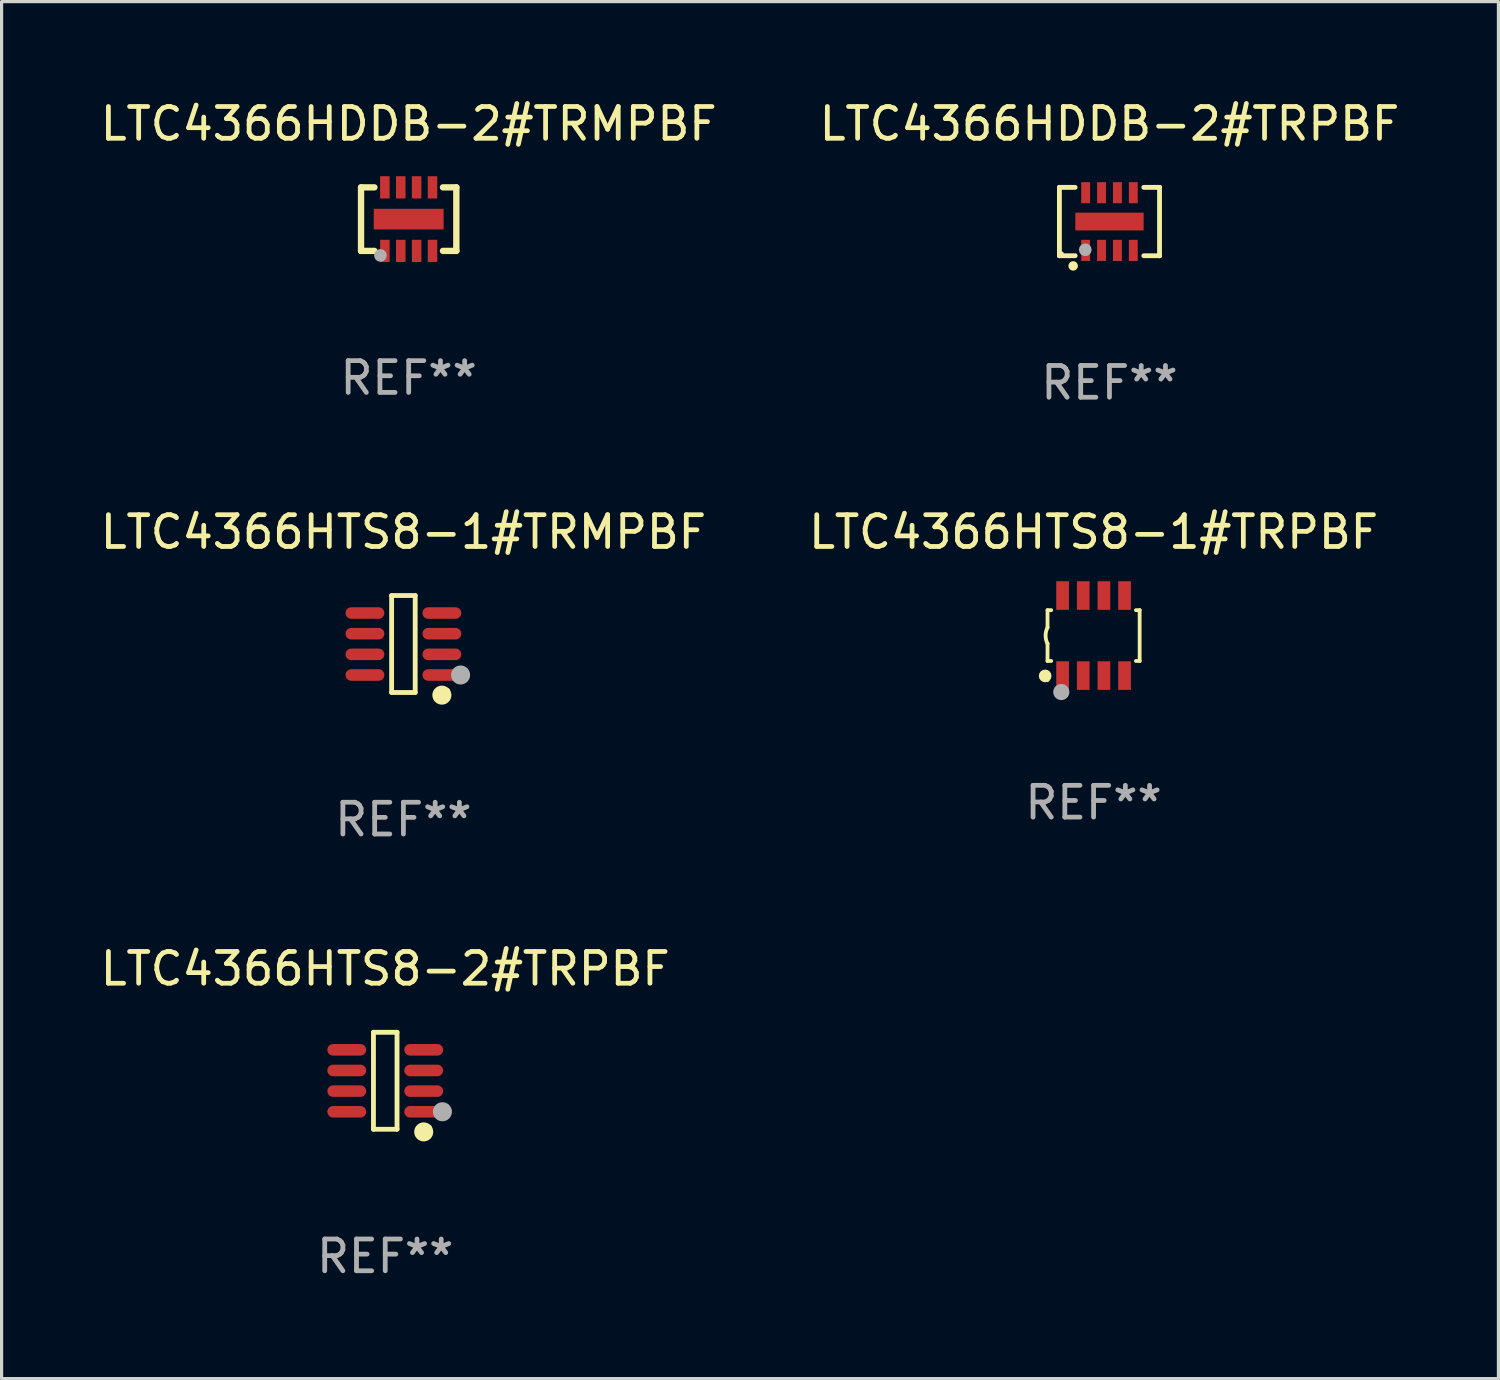
<source format=kicad_pcb>
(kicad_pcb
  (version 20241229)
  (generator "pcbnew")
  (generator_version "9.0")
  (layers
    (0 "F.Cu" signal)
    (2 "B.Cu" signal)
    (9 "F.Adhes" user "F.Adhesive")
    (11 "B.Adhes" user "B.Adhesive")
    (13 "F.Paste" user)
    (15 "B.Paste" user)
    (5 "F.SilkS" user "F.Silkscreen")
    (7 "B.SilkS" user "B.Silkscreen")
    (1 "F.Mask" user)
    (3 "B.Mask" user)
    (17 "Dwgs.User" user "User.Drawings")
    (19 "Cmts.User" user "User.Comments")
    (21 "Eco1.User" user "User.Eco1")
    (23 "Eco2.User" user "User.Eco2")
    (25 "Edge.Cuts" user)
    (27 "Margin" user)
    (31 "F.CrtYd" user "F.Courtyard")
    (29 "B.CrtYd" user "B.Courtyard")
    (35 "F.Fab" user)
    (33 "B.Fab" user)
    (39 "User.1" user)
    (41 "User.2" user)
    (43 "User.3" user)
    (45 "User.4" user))
  (footprint "LTC4366HDDB-2#TRPBF"
    (layer "F.Cu")
    (at 31.875 3.924)
    (property "Reference" "LTC4366HDDB-2#TRPBF" (at 0 -3.076 0) (layer "F.SilkS") (effects (font (size 1 1) (thickness 0.15))))
    (attr through_hole)
    (fp_line (start -1.576 -1.076) (end -1.576 -1.076) (stroke (width 0.152) (type solid)) (layer "F.SilkS"))
    (fp_line (start -1.576 -1.076) (end -1.08 -1.076) (stroke (width 0.152) (type solid)) (layer "F.SilkS"))
    (fp_line (start -1.576 1.076) (end -1.576 -1.076) (stroke (width 0.152) (type solid)) (layer "F.SilkS"))
    (fp_line (start -1.576 1.076) (end -1.576 1.076) (stroke (width 0.152) (type solid)) (layer "F.SilkS"))
    (fp_line (start -1.08 1.076) (end -1.576 1.076) (stroke (width 0.152) (type solid)) (layer "F.SilkS"))
    (fp_line (start 1.08 1.076) (end 1.576 1.076) (stroke (width 0.152) (type solid)) (layer "F.SilkS"))
    (fp_line (start 1.576 -1.076) (end 1.08 -1.076) (stroke (width 0.152) (type solid)) (layer "F.SilkS"))
    (fp_line (start 1.576 -1.076) (end 1.576 -1.076) (stroke (width 0.152) (type solid)) (layer "F.SilkS"))
    (fp_line (start 1.576 1.076) (end 1.576 -1.076) (stroke (width 0.152) (type solid)) (layer "F.SilkS"))
    (fp_line (start 1.576 1.076) (end 1.576 1.076) (stroke (width 0.152) (type solid)) (layer "F.SilkS"))
    (fp_circle (center -1.5 1) (end -1.47 1) (stroke (width 0.06) (type solid)) (fill no) (layer "F.SilkS"))
    (fp_circle (center -1.143 1.397) (end -1.068 1.397) (stroke (width 0.15) (type solid)) (fill no) (layer "F.SilkS"))
    (fp_circle (center -0.762 0.889) (end -0.662 0.889) (stroke (width 0.2) (type solid)) (fill no) (layer "F.Fab"))
    (fp_text user "REF**" (at 0 5.076 0) (layer "F.Fab") (effects (font (size 1 1) (thickness 0.15))))
    (pad "1" smd rect (at -0.75 0.908) (size 0.28 0.665) (layers "F.Cu" "F.Mask" "F.Paste"))
    (pad "2" smd rect (at -0.25 0.908) (size 0.28 0.665) (layers "F.Cu" "F.Mask" "F.Paste"))
    (pad "3" smd rect (at 0.25 0.908) (size 0.28 0.665) (layers "F.Cu" "F.Mask" "F.Paste"))
    (pad "4" smd rect (at 0.75 0.908) (size 0.28 0.665) (layers "F.Cu" "F.Mask" "F.Paste"))
    (pad "5" smd rect (at 0.75 -0.908) (size 0.28 0.665) (layers "F.Cu" "F.Mask" "F.Paste"))
    (pad "6" smd rect (at 0.25 -0.908) (size 0.28 0.665) (layers "F.Cu" "F.Mask" "F.Paste"))
    (pad "7" smd rect (at -0.25 -0.908) (size 0.28 0.665) (layers "F.Cu" "F.Mask" "F.Paste"))
    (pad "8" smd rect (at -0.75 -0.908) (size 0.28 0.665) (layers "F.Cu" "F.Mask" "F.Paste"))
    (pad "9" smd rect (at 0 0) (size 2.15 0.56) (layers "F.Cu" "F.Mask" "F.Paste")))
  (footprint "LTC4366HTS8-1#TRMPBF"
    (layer "F.Cu")
    (at 9.649 17.223)
    (property "Reference" "LTC4366HTS8-1#TRMPBF" (at 0 -3.526 0) (layer "F.SilkS") (effects (font (size 1 1) (thickness 0.15))))
    (attr through_hole)
    (fp_line (start -0.371 -1.526) (end 0.371 -1.526) (stroke (width 0.152) (type solid)) (layer "F.SilkS"))
    (fp_line (start -0.371 1.526) (end -0.371 -1.526) (stroke (width 0.152) (type solid)) (layer "F.SilkS"))
    (fp_line (start 0.371 -1.526) (end 0.371 1.526) (stroke (width 0.152) (type solid)) (layer "F.SilkS"))
    (fp_line (start 0.371 1.526) (end -0.371 1.526) (stroke (width 0.152) (type solid)) (layer "F.SilkS"))
    (fp_circle (center 1.211 1.609) (end 1.361 1.609) (stroke (width 0.3) (type solid)) (fill no) (layer "F.SilkS"))
    (fp_circle (center 1.4 1.45) (end 1.43 1.45) (stroke (width 0.06) (type solid)) (fill no) (layer "F.SilkS"))
    (fp_circle (center 1.8 0.975) (end 1.95 0.975) (stroke (width 0.3) (type solid)) (fill no) (layer "F.Fab"))
    (fp_text user "REF**" (at 0 5.526 0) (layer "F.Fab") (effects (font (size 1 1) (thickness 0.15))))
    (pad "1" smd oval (at 1.211 0.975) (size 1.222 0.364) (layers "F.Cu" "F.Mask" "F.Paste"))
    (pad "2" smd oval (at 1.211 0.325) (size 1.222 0.364) (layers "F.Cu" "F.Mask" "F.Paste"))
    (pad "3" smd oval (at 1.211 -0.325) (size 1.222 0.364) (layers "F.Cu" "F.Mask" "F.Paste"))
    (pad "4" smd oval (at 1.211 -0.975) (size 1.222 0.364) (layers "F.Cu" "F.Mask" "F.Paste"))
    (pad "5" smd oval (at -1.211 -0.975) (size 1.222 0.364) (layers "F.Cu" "F.Mask" "F.Paste"))
    (pad "6" smd oval (at -1.211 -0.325) (size 1.222 0.364) (layers "F.Cu" "F.Mask" "F.Paste"))
    (pad "7" smd oval (at -1.211 0.325) (size 1.222 0.364) (layers "F.Cu" "F.Mask" "F.Paste"))
    (pad "8" smd oval (at -1.211 0.975) (size 1.222 0.364) (layers "F.Cu" "F.Mask" "F.Paste")))
  (footprint "LTC4366HDDB-2#TRMPBF"
    (layer "F.Cu")
    (at 9.815 3.848)
    (property "Reference" "LTC4366HDDB-2#TRMPBF" (at 0 -3 0) (layer "F.SilkS") (effects (font (size 1 1) (thickness 0.15))))
    (attr through_hole)
    (fp_line (start -1.5 1) (end -1.5 -1) (stroke (width 0.2) (type solid)) (layer "F.SilkS"))
    (fp_line (start -1.5 1) (end -1.079 1) (stroke (width 0.2) (type solid)) (layer "F.SilkS"))
    (fp_line (start -1.079 -1) (end -1.5 -1) (stroke (width 0.2) (type solid)) (layer "F.SilkS"))
    (fp_line (start 1.079 1) (end 1.5 1) (stroke (width 0.2) (type solid)) (layer "F.SilkS"))
    (fp_line (start 1.5 -1) (end 1.079 -1) (stroke (width 0.2) (type solid)) (layer "F.SilkS"))
    (fp_line (start 1.5 1) (end 1.5 -1) (stroke (width 0.2) (type solid)) (layer "F.SilkS"))
    (fp_circle (center -1.5 1) (end -1.47 1) (stroke (width 0.06) (type solid)) (fill no) (layer "F.SilkS"))
    (fp_circle (center -0.889 1.143) (end -0.789 1.143) (stroke (width 0.2) (type solid)) (fill no) (layer "F.Fab"))
    (fp_text user "REF**" (at 0 5 0) (layer "F.Fab") (effects (font (size 1 1) (thickness 0.15))))
    (pad "1" smd rect (at -0.75 1 90) (size 0.7 0.3) (layers "F.Cu" "F.Mask" "F.Paste"))
    (pad "2" smd rect (at -0.249 1 90) (size 0.7 0.3) (layers "F.Cu" "F.Mask" "F.Paste"))
    (pad "3" smd rect (at 0.25 1 90) (size 0.7 0.3) (layers "F.Cu" "F.Mask" "F.Paste"))
    (pad "4" smd rect (at 0.75 1 90) (size 0.7 0.3) (layers "F.Cu" "F.Mask" "F.Paste"))
    (pad "5" smd rect (at 0.75 -1 90) (size 0.7 0.3) (layers "F.Cu" "F.Mask" "F.Paste"))
    (pad "6" smd rect (at 0.25 -1 90) (size 0.7 0.3) (layers "F.Cu" "F.Mask" "F.Paste"))
    (pad "7" smd rect (at -0.25 -1 90) (size 0.7 0.3) (layers "F.Cu" "F.Mask" "F.Paste"))
    (pad "8" smd rect (at -0.75 -1 90) (size 0.7 0.3) (layers "F.Cu" "F.Mask" "F.Paste"))
    (pad "9" smd rect (at 0 0 180) (size 2.2 0.65) (layers "F.Cu" "F.Mask" "F.Paste")))
  (footprint "LTC4366HTS8-2#TRPBF"
    (layer "F.Cu")
    (at 9.077 30.972)
    (property "Reference" "LTC4366HTS8-2#TRPBF" (at 0 -3.526 0) (layer "F.SilkS") (effects (font (size 1 1) (thickness 0.15))))
    (attr through_hole)
    (fp_line (start -0.371 -1.526) (end 0.371 -1.526) (stroke (width 0.152) (type solid)) (layer "F.SilkS"))
    (fp_line (start -0.371 1.526) (end -0.371 -1.526) (stroke (width 0.152) (type solid)) (layer "F.SilkS"))
    (fp_line (start 0.371 -1.526) (end 0.371 1.526) (stroke (width 0.152) (type solid)) (layer "F.SilkS"))
    (fp_line (start 0.371 1.526) (end -0.371 1.526) (stroke (width 0.152) (type solid)) (layer "F.SilkS"))
    (fp_circle (center 1.211 1.609) (end 1.361 1.609) (stroke (width 0.3) (type solid)) (fill no) (layer "F.SilkS"))
    (fp_circle (center 1.4 1.45) (end 1.43 1.45) (stroke (width 0.06) (type solid)) (fill no) (layer "F.SilkS"))
    (fp_circle (center 1.8 0.975) (end 1.95 0.975) (stroke (width 0.3) (type solid)) (fill no) (layer "F.Fab"))
    (fp_text user "REF**" (at 0 5.526 0) (layer "F.Fab") (effects (font (size 1 1) (thickness 0.15))))
    (pad "1" smd oval (at 1.211 0.975) (size 1.222 0.364) (layers "F.Cu" "F.Mask" "F.Paste"))
    (pad "2" smd oval (at 1.211 0.325) (size 1.222 0.364) (layers "F.Cu" "F.Mask" "F.Paste"))
    (pad "3" smd oval (at 1.211 -0.325) (size 1.222 0.364) (layers "F.Cu" "F.Mask" "F.Paste"))
    (pad "4" smd oval (at 1.211 -0.975) (size 1.222 0.364) (layers "F.Cu" "F.Mask" "F.Paste"))
    (pad "5" smd oval (at -1.211 -0.975) (size 1.222 0.364) (layers "F.Cu" "F.Mask" "F.Paste"))
    (pad "6" smd oval (at -1.211 -0.325) (size 1.222 0.364) (layers "F.Cu" "F.Mask" "F.Paste"))
    (pad "7" smd oval (at -1.211 0.325) (size 1.222 0.364) (layers "F.Cu" "F.Mask" "F.Paste"))
    (pad "8" smd oval (at -1.211 0.975) (size 1.222 0.364) (layers "F.Cu" "F.Mask" "F.Paste")))
  (footprint "LTC4366HTS8-1#TRPBF"
    (layer "F.Cu")
    (at 31.375 16.957)
    (property "Reference" "LTC4366HTS8-1#TRPBF" (at 0 -3.26 0) (layer "F.SilkS") (effects (font (size 1 1) (thickness 0.15))))
    (attr through_hole)
    (fp_line (start -1.45 -0.8) (end -1.45 -0.254) (stroke (width 0.12) (type solid)) (layer "F.SilkS"))
    (fp_line (start -1.45 -0.8) (end -1.334 -0.8) (stroke (width 0.12) (type solid)) (layer "F.SilkS"))
    (fp_line (start -1.45 0.8) (end -1.45 0.254) (stroke (width 0.12) (type solid)) (layer "F.SilkS"))
    (fp_line (start -1.45 0.8) (end -1.334 0.8) (stroke (width 0.12) (type solid)) (layer "F.SilkS"))
    (fp_line (start 1.334 -0.8) (end 1.45 -0.8) (stroke (width 0.12) (type solid)) (layer "F.SilkS"))
    (fp_line (start 1.334 0.8) (end 1.45 0.8) (stroke (width 0.12) (type solid)) (layer "F.SilkS"))
    (fp_line (start 1.45 0.8) (end 1.45 -0.8) (stroke (width 0.12) (type solid)) (layer "F.SilkS"))
    (fp_arc (start -1.45075 0.255144) (mid -1.510605 0.000434) (end -1.450013 -0.254102) (stroke (width 0.11999) (type solid)) (layer "F.SilkS"))
    (fp_circle (center -1.524 1.27) (end -1.424 1.27) (stroke (width 0.2) (type solid)) (fill no) (layer "F.SilkS"))
    (fp_circle (center -1.45 1.4) (end -1.42 1.4) (stroke (width 0.06) (type solid)) (fill no) (layer "F.SilkS"))
    (fp_circle (center -1.016 1.778) (end -0.889 1.778) (stroke (width 0.254) (type solid)) (fill no) (layer "F.Fab"))
    (fp_text user "REF**" (at 0 5.26 0) (layer "F.Fab") (effects (font (size 1 1) (thickness 0.15))))
    (pad "1" smd rect (at -0.975 1.26) (size 0.4 0.9) (layers "F.Cu" "F.Mask" "F.Paste"))
    (pad "2" smd rect (at -0.325 1.26) (size 0.4 0.9) (layers "F.Cu" "F.Mask" "F.Paste"))
    (pad "3" smd rect (at 0.325 1.26) (size 0.4 0.9) (layers "F.Cu" "F.Mask" "F.Paste"))
    (pad "4" smd rect (at 0.975 1.26) (size 0.4 0.9) (layers "F.Cu" "F.Mask" "F.Paste"))
    (pad "5" smd rect (at 0.975 -1.26) (size 0.4 0.9) (layers "F.Cu" "F.Mask" "F.Paste"))
    (pad "6" smd rect (at 0.325 -1.26) (size 0.4 0.9) (layers "F.Cu" "F.Mask" "F.Paste"))
    (pad "7" smd rect (at -0.325 -1.26) (size 0.4 0.9) (layers "F.Cu" "F.Mask" "F.Paste"))
    (pad "8" smd rect (at -0.975 -1.26) (size 0.4 0.9) (layers "F.Cu" "F.Mask" "F.Paste")))
  (gr_rect
    (start -3 -3)
    (end 44.119 40.347)
    (stroke (width 0.1) (type default))
    (fill no)
    (layer "Edge.Cuts")))
</source>
